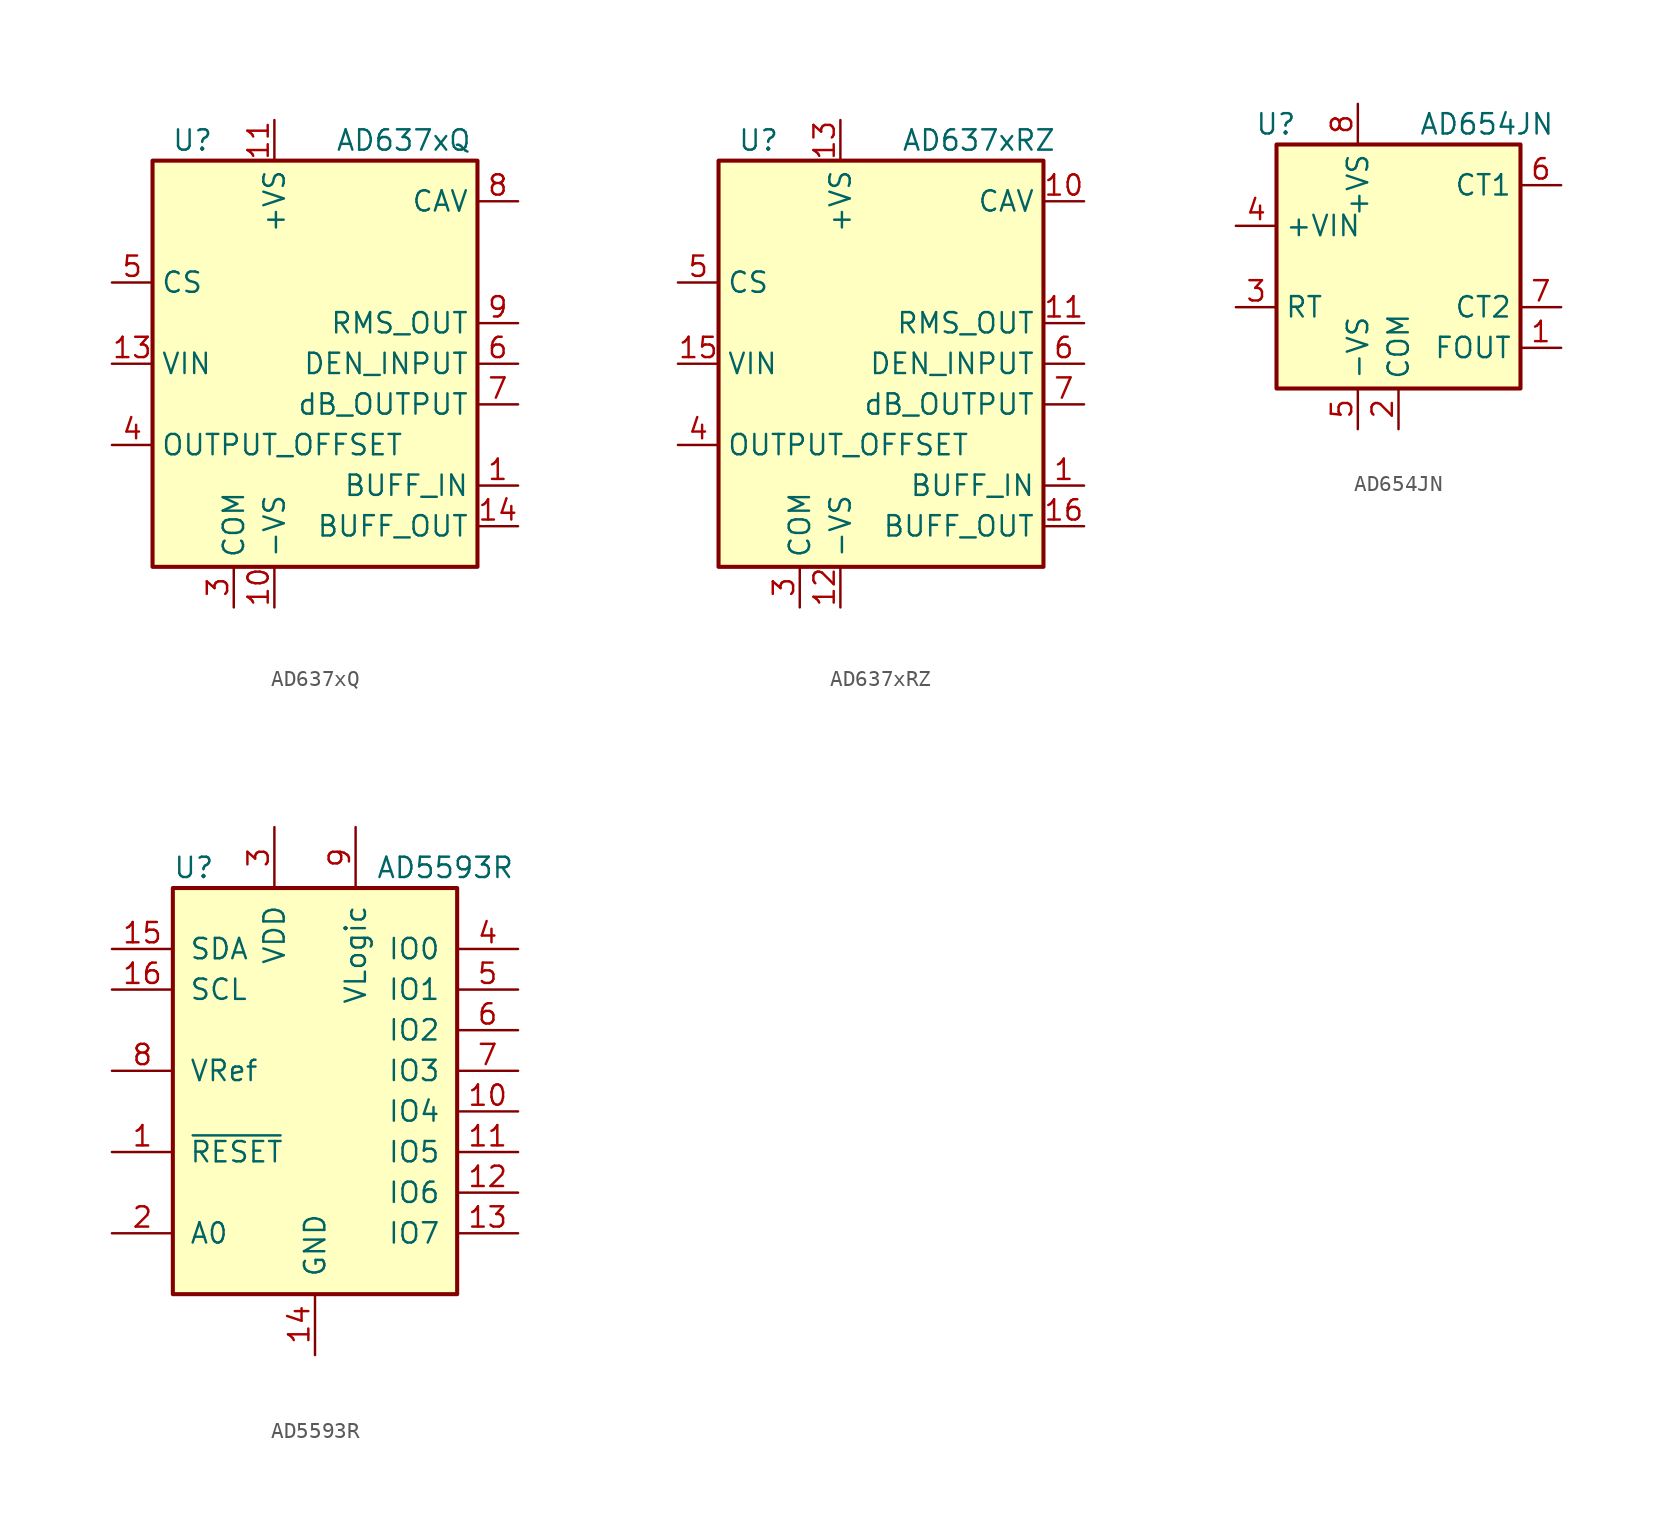
<source format=kicad_sym>
(kicad_symbol_lib
  (version 20201005)
  (generator kicad_symbol_editor)
  (symbol "Analog:AD637xQ"
    (property "Reference" "U"
      (at -6.35 13.97 0)
      (effects (font (size 1.27 1.27)) (justify right)))
    (property "Value" "AD637xQ"
      (at 1.27 13.97 0)
      (effects (font (size 1.27 1.27)) (justify left)))
    (symbol "AD637xQ_0_1"
      (rectangle (start -10.16 12.7) (end 10.16 -12.7) (stroke (width 0.254)) (fill (type background))))
    (symbol "AD637xQ_1_1"
      (pin input line (at 12.7 -7.62 180) (length 2.54) (name "BUFF_IN" (effects (font (size 1.27 1.27)))) (number "1" (effects (font (size 1.27 1.27)))))
      (pin power_in line (at -2.54 -15.24 90) (length 2.54) (name "-VS" (effects (font (size 1.27 1.27)))) (number "10" (effects (font (size 1.27 1.27)))))
      (pin power_in line (at -2.54 15.24 270) (length 2.54) (name "+VS" (effects (font (size 1.27 1.27)))) (number "11" (effects (font (size 1.27 1.27)))))
      (pin no_connect line (at -10.16 -7.62 0) (length 2.54) hide (name "NIC" (effects (font (size 1.27 1.27)))) (number "12" (effects (font (size 1.27 1.27)))))
      (pin input line (at -12.7 0 0) (length 2.54) (name "VIN" (effects (font (size 1.27 1.27)))) (number "13" (effects (font (size 1.27 1.27)))))
      (pin output line (at 12.7 -10.16 180) (length 2.54) (name "BUFF_OUT" (effects (font (size 1.27 1.27)))) (number "14" (effects (font (size 1.27 1.27)))))
      (pin no_connect line (at -10.16 7.62 0) (length 2.54) hide (name "NIC" (effects (font (size 1.27 1.27)))) (number "2" (effects (font (size 1.27 1.27)))))
      (pin power_in line (at -5.08 -15.24 90) (length 2.54) (name "COM" (effects (font (size 1.27 1.27)))) (number "3" (effects (font (size 1.27 1.27)))))
      (pin input line (at -12.7 -5.08 0) (length 2.54) (name "OUTPUT_OFFSET" (effects (font (size 1.27 1.27)))) (number "4" (effects (font (size 1.27 1.27)))))
      (pin input line (at -12.7 5.08 0) (length 2.54) (name "CS" (effects (font (size 1.27 1.27)))) (number "5" (effects (font (size 1.27 1.27)))))
      (pin input line (at 12.7 0 180) (length 2.54) (name "DEN_INPUT" (effects (font (size 1.27 1.27)))) (number "6" (effects (font (size 1.27 1.27)))))
      (pin passive line (at 12.7 -2.54 180) (length 2.54) (name "dB_OUTPUT" (effects (font (size 1.27 1.27)))) (number "7" (effects (font (size 1.27 1.27)))))
      (pin passive line (at 12.7 10.16 180) (length 2.54) (name "CAV" (effects (font (size 1.27 1.27)))) (number "8" (effects (font (size 1.27 1.27)))))
      (pin output line (at 12.7 2.54 180) (length 2.54) (name "RMS_OUT" (effects (font (size 1.27 1.27)))) (number "9" (effects (font (size 1.27 1.27)))))))
  (symbol "Analog:AD637xRZ"
    (property "Reference" "U"
      (at -6.35 13.97 0)
      (effects (font (size 1.27 1.27)) (justify right)))
    (property "Value" "AD637xRZ"
      (at 1.27 13.97 0)
      (effects (font (size 1.27 1.27)) (justify left)))
    (symbol "AD637xRZ_0_1"
      (rectangle (start -10.16 12.7) (end 10.16 -12.7) (stroke (width 0.254)) (fill (type background))))
    (symbol "AD637xRZ_1_1"
      (pin input line (at 12.7 -7.62 180) (length 2.54) (name "BUFF_IN" (effects (font (size 1.27 1.27)))) (number "1" (effects (font (size 1.27 1.27)))))
      (pin passive line (at 12.7 10.16 180) (length 2.54) (name "CAV" (effects (font (size 1.27 1.27)))) (number "10" (effects (font (size 1.27 1.27)))))
      (pin output line (at 12.7 2.54 180) (length 2.54) (name "RMS_OUT" (effects (font (size 1.27 1.27)))) (number "11" (effects (font (size 1.27 1.27)))))
      (pin power_in line (at -2.54 -15.24 90) (length 2.54) (name "-VS" (effects (font (size 1.27 1.27)))) (number "12" (effects (font (size 1.27 1.27)))))
      (pin power_in line (at -2.54 15.24 270) (length 2.54) (name "+VS" (effects (font (size 1.27 1.27)))) (number "13" (effects (font (size 1.27 1.27)))))
      (pin no_connect line (at -10.16 -7.62 0) (length 2.54) hide (name "NIC" (effects (font (size 1.27 1.27)))) (number "14" (effects (font (size 1.27 1.27)))))
      (pin input line (at -12.7 0 0) (length 2.54) (name "VIN" (effects (font (size 1.27 1.27)))) (number "15" (effects (font (size 1.27 1.27)))))
      (pin output line (at 12.7 -10.16 180) (length 2.54) (name "BUFF_OUT" (effects (font (size 1.27 1.27)))) (number "16" (effects (font (size 1.27 1.27)))))
      (pin no_connect line (at -10.16 7.62 0) (length 2.54) hide (name "NIC" (effects (font (size 1.27 1.27)))) (number "2" (effects (font (size 1.27 1.27)))))
      (pin power_in line (at -5.08 -15.24 90) (length 2.54) (name "COM" (effects (font (size 1.27 1.27)))) (number "3" (effects (font (size 1.27 1.27)))))
      (pin input line (at -12.7 -5.08 0) (length 2.54) (name "OUTPUT_OFFSET" (effects (font (size 1.27 1.27)))) (number "4" (effects (font (size 1.27 1.27)))))
      (pin input line (at -12.7 5.08 0) (length 2.54) (name "CS" (effects (font (size 1.27 1.27)))) (number "5" (effects (font (size 1.27 1.27)))))
      (pin input line (at 12.7 0 180) (length 2.54) (name "DEN_INPUT" (effects (font (size 1.27 1.27)))) (number "6" (effects (font (size 1.27 1.27)))))
      (pin passive line (at 12.7 -2.54 180) (length 2.54) (name "dB_OUTPUT" (effects (font (size 1.27 1.27)))) (number "7" (effects (font (size 1.27 1.27)))))
      (pin no_connect line (at -10.16 2.54 0) (length 2.54) hide (name "NIC" (effects (font (size 1.27 1.27)))) (number "8" (effects (font (size 1.27 1.27)))))
      (pin no_connect line (at -10.16 -2.54 0) (length 2.54) hide (name "NIC" (effects (font (size 1.27 1.27)))) (number "9" (effects (font (size 1.27 1.27)))))))
  (symbol "Analog:AD654JN"
    (property "Reference" "U"
      (at -6.35 8.89 0)
      (effects (font (size 1.27 1.27)) (justify right)))
    (property "Value" "AD654JN"
      (at 1.27 8.89 0)
      (effects (font (size 1.27 1.27)) (justify left)))
    (symbol "AD654JN_0_1"
      (rectangle (start -7.62 7.62) (end 7.62 -7.62) (stroke (width 0.254)) (fill (type background))))
    (symbol "AD654JN_1_1"
      (pin open_collector line (at 10.16 -5.08 180) (length 2.54) (name "FOUT" (effects (font (size 1.27 1.27)))) (number "1" (effects (font (size 1.27 1.27)))))
      (pin power_in line (at 0 -10.16 90) (length 2.54) (name "COM" (effects (font (size 1.27 1.27)))) (number "2" (effects (font (size 1.27 1.27)))))
      (pin input line (at -10.16 -2.54 0) (length 2.54) (name "RT" (effects (font (size 1.27 1.27)))) (number "3" (effects (font (size 1.27 1.27)))))
      (pin input line (at -10.16 2.54 0) (length 2.54) (name "+VIN" (effects (font (size 1.27 1.27)))) (number "4" (effects (font (size 1.27 1.27)))))
      (pin power_in line (at -2.54 -10.16 90) (length 2.54) (name "-VS" (effects (font (size 1.27 1.27)))) (number "5" (effects (font (size 1.27 1.27)))))
      (pin passive line (at 10.16 5.08 180) (length 2.54) (name "CT1" (effects (font (size 1.27 1.27)))) (number "6" (effects (font (size 1.27 1.27)))))
      (pin passive line (at 10.16 -2.54 180) (length 2.54) (name "CT2" (effects (font (size 1.27 1.27)))) (number "7" (effects (font (size 1.27 1.27)))))
      (pin power_in line (at -2.54 10.16 270) (length 2.54) (name "+VS" (effects (font (size 1.27 1.27)))) (number "8" (effects (font (size 1.27 1.27)))))))
  (symbol "Analog:AD5593R"
    (pin_names
      (offset 1.016))
    (property "Reference" "U"
      (at -8.89 15.24 0)
      (effects (font (size 1.27 1.27)) (justify left)))
    (property "Value" "AD5593R"
      (at 3.81 15.24 0)
      (effects (font (size 1.27 1.27)) (justify left)))
    (symbol "AD5593R_0_1"
      (rectangle (start -8.89 -11.43) (end 8.89 13.97) (stroke (width 0.254)) (fill (type background))))
    (symbol "AD5593R_1_1"
      (pin input line (at -12.7 -2.54 0) (length 3.81) (name "~RESET" (effects (font (size 1.27 1.27)))) (number "1" (effects (font (size 1.27 1.27)))))
      (pin bidirectional line (at 12.7 0 180) (length 3.81) (name "IO4" (effects (font (size 1.27 1.27)))) (number "10" (effects (font (size 1.27 1.27)))))
      (pin bidirectional line (at 12.7 -2.54 180) (length 3.81) (name "IO5" (effects (font (size 1.27 1.27)))) (number "11" (effects (font (size 1.27 1.27)))))
      (pin bidirectional line (at 12.7 -5.08 180) (length 3.81) (name "IO6" (effects (font (size 1.27 1.27)))) (number "12" (effects (font (size 1.27 1.27)))))
      (pin bidirectional line (at 12.7 -7.62 180) (length 3.81) (name "IO7" (effects (font (size 1.27 1.27)))) (number "13" (effects (font (size 1.27 1.27)))))
      (pin power_in line (at 0 -15.24 90) (length 3.81) (name "GND" (effects (font (size 1.27 1.27)))) (number "14" (effects (font (size 1.27 1.27)))))
      (pin bidirectional line (at -12.7 10.16 0) (length 3.81) (name "SDA" (effects (font (size 1.27 1.27)))) (number "15" (effects (font (size 1.27 1.27)))))
      (pin input line (at -12.7 7.62 0) (length 3.81) (name "SCL" (effects (font (size 1.27 1.27)))) (number "16" (effects (font (size 1.27 1.27)))))
      (pin input line (at -12.7 -7.62 0) (length 3.81) (name "A0" (effects (font (size 1.27 1.27)))) (number "2" (effects (font (size 1.27 1.27)))))
      (pin power_in line (at -2.54 17.78 270) (length 3.81) (name "VDD" (effects (font (size 1.27 1.27)))) (number "3" (effects (font (size 1.27 1.27)))))
      (pin bidirectional line (at 12.7 10.16 180) (length 3.81) (name "IO0" (effects (font (size 1.27 1.27)))) (number "4" (effects (font (size 1.27 1.27)))))
      (pin bidirectional line (at 12.7 7.62 180) (length 3.81) (name "IO1" (effects (font (size 1.27 1.27)))) (number "5" (effects (font (size 1.27 1.27)))))
      (pin bidirectional line (at 12.7 5.08 180) (length 3.81) (name "IO2" (effects (font (size 1.27 1.27)))) (number "6" (effects (font (size 1.27 1.27)))))
      (pin bidirectional line (at 12.7 2.54 180) (length 3.81) (name "IO3" (effects (font (size 1.27 1.27)))) (number "7" (effects (font (size 1.27 1.27)))))
      (pin passive line (at -12.7 2.54 0) (length 3.81) (name "VRef" (effects (font (size 1.27 1.27)))) (number "8" (effects (font (size 1.27 1.27)))))
      (pin power_in line (at 2.54 17.78 270) (length 3.81) (name "VLogic" (effects (font (size 1.27 1.27)))) (number "9" (effects (font (size 1.27 1.27))))))))
</source>
